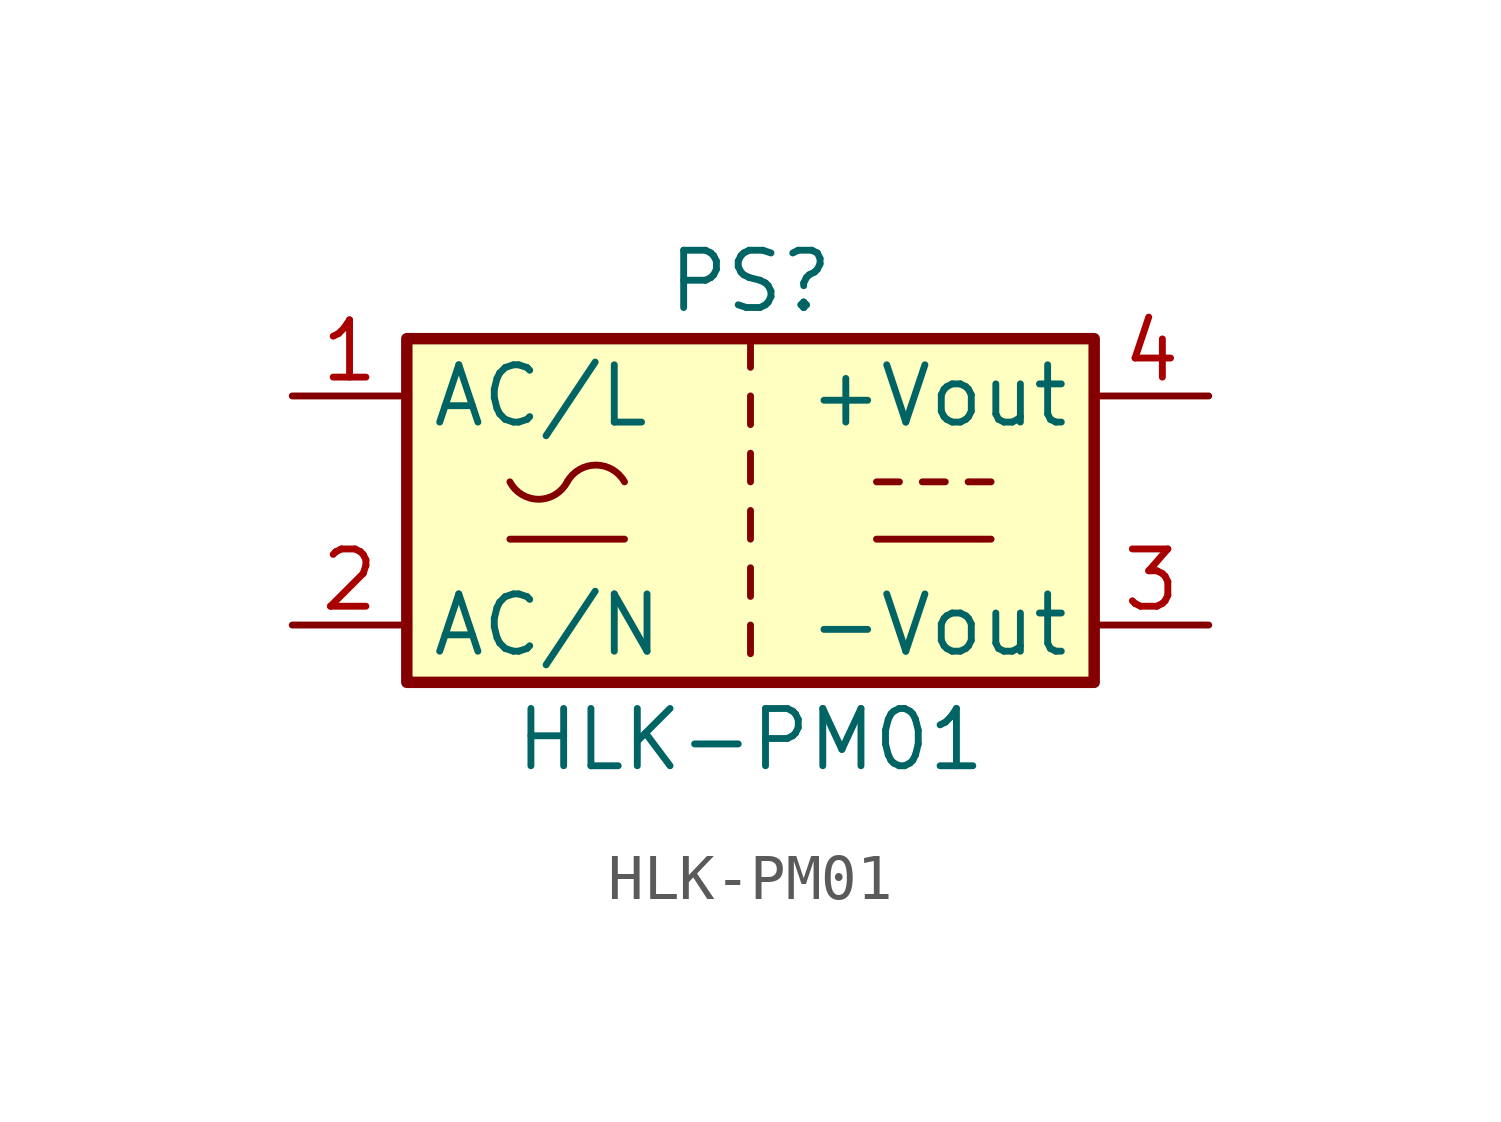
<source format=kicad_sym>
(kicad_symbol_lib
  (version 20231120)
  (generator "kicad_symbol_editor")
  (generator_version "8.0")
  (symbol "HLK-PM01"
    (property "Reference" "PS"
      (at 0 5.08 0)
      (effects (font (size 1.27 1.27))))
    (property "Value" "HLK-PM01"
      (at 0 -5.08 0)
      (effects (font (size 1.27 1.27))))
    (symbol "HLK-PM01_0_1"
      (rectangle (start -7.62 3.81) (end 7.62 -3.81) (stroke (width 0.254) (type default)) (fill (type background)))
      (arc (start -5.334 0.635) (mid -4.699 0.2495) (end -4.064 0.635) (stroke (width 0) (type default)) (fill (type none)))
      (arc (start -2.794 0.635) (mid -3.429 1.0072) (end -4.064 0.635) (stroke (width 0) (type default)) (fill (type none)))
      (polyline (pts (xy -5.334 -0.635) (xy -2.794 -0.635)) (stroke (width 0) (type default)) (fill (type none)))
      (polyline (pts (xy 0 -2.54) (xy 0 -3.175)) (stroke (width 0) (type default)) (fill (type none)))
      (polyline (pts (xy 0 -1.27) (xy 0 -1.905)) (stroke (width 0) (type default)) (fill (type none)))
      (polyline (pts (xy 0 0) (xy 0 -0.635)) (stroke (width 0) (type default)) (fill (type none)))
      (polyline (pts (xy 0 1.27) (xy 0 0.635)) (stroke (width 0) (type default)) (fill (type none)))
      (polyline (pts (xy 0 2.54) (xy 0 1.905)) (stroke (width 0) (type default)) (fill (type none)))
      (polyline (pts (xy 0 3.81) (xy 0 3.175)) (stroke (width 0) (type default)) (fill (type none)))
      (polyline (pts (xy 2.794 -0.635) (xy 5.334 -0.635)) (stroke (width 0) (type default)) (fill (type none)))
      (polyline (pts (xy 2.794 0.635) (xy 3.302 0.635)) (stroke (width 0) (type default)) (fill (type none)))
      (polyline (pts (xy 3.81 0.635) (xy 4.318 0.635)) (stroke (width 0) (type default)) (fill (type none)))
      (polyline (pts (xy 4.826 0.635) (xy 5.334 0.635)) (stroke (width 0) (type default)) (fill (type none))))
    (symbol "HLK-PM01_1_1"
      (pin power_in line (at -10.16 2.54 0) (length 2.54) (name "AC/L" (effects (font (size 1.27 1.27)))) (number "1" (effects (font (size 1.27 1.27)))))
      (pin power_in line (at -10.16 -2.54 0) (length 2.54) (name "AC/N" (effects (font (size 1.27 1.27)))) (number "2" (effects (font (size 1.27 1.27)))))
      (pin open_emitter line (at 10.16 -2.54 180) (length 2.54) (name "-Vout" (effects (font (size 1.27 1.27)))) (number "3" (effects (font (size 1.27 1.27)))))
      (pin power_out line (at 10.16 2.54 180) (length 2.54) (name "+Vout" (effects (font (size 1.27 1.27)))) (number "4" (effects (font (size 1.27 1.27))))))))
</source>
